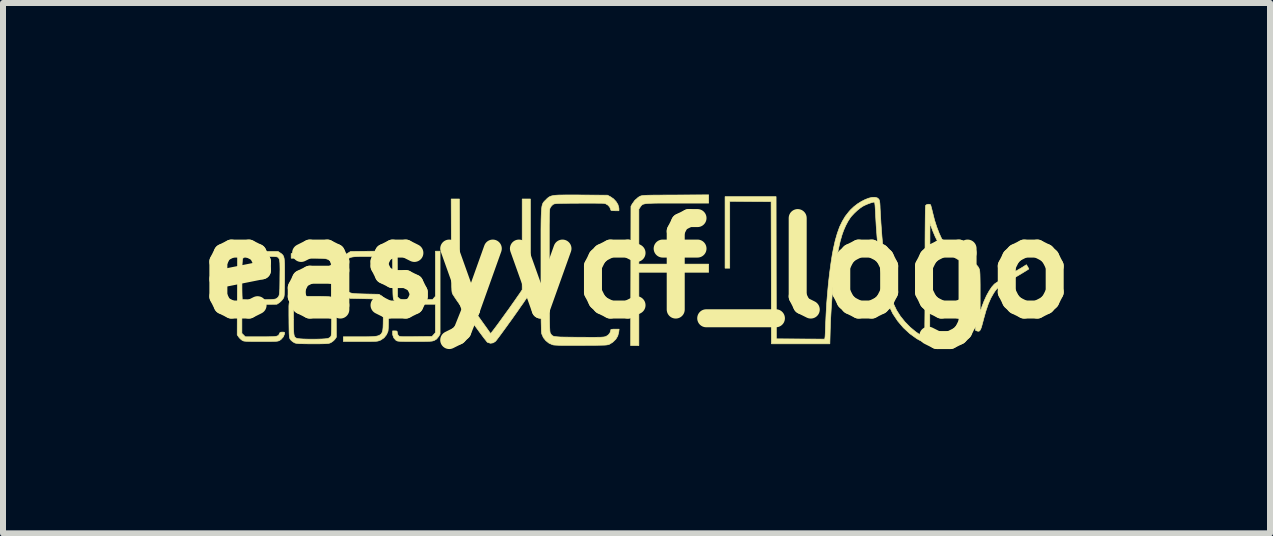
<source format=kicad_pcb>
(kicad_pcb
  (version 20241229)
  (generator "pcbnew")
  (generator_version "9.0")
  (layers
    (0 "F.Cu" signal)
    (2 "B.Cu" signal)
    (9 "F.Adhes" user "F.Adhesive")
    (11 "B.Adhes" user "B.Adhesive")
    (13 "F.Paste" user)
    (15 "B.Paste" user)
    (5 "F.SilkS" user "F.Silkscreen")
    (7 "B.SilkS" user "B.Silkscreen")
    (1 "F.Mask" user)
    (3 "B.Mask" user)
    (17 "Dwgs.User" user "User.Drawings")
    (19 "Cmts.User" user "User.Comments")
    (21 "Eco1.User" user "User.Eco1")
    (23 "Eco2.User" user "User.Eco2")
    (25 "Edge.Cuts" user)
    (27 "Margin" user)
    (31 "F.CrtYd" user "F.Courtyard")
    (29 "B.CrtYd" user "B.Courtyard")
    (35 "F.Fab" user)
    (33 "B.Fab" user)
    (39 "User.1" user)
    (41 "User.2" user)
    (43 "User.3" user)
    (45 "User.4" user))
  (footprint "easyvcf_logo"
    (layer "F.Cu")
    (at 7.555 1.418)
    (property "Reference" "easyvcf_logo" (at 0 0 0) (layer "F.SilkS") (effects (font (size 1.524 1.524) (thickness 0.3))))
    (attr through_hole)
    (fp_poly (pts (xy 1.202 -1.084) (xy 0.677 -1.084) (xy 0.557 -1.084) (xy 0.455 -1.084) (xy 0.37 -1.084) (xy 0.299 -1.083) (xy 0.242 -1.081) (xy 0.196 -1.079) (xy 0.16 -1.076) (xy 0.133 -1.071) (xy 0.112 -1.066) (xy 0.097 -1.058) (xy 0.085 -1.049) (xy 0.076 -1.038) (xy 0.067 -1.026) (xy 0.061 -1.017) (xy 0.039 -0.984) (xy 0.039 -0.068) (xy 1.202 -0.068) (xy 1.202 0.068) (xy 0.039 0.068) (xy 0.039 1.29) (xy -0.098 1.29) (xy -0.095 0.129) (xy -0.093 -1.031) (xy -0.071 -1.071) (xy -0.028 -1.131) (xy 0.028 -1.18) (xy 0.052 -1.195) (xy 0.061 -1.199) (xy 0.071 -1.203) (xy 0.082 -1.206) (xy 0.096 -1.209) (xy 0.116 -1.211) (xy 0.143 -1.213) (xy 0.178 -1.215) (xy 0.223 -1.216) (xy 0.279 -1.217) (xy 0.349 -1.217) (xy 0.433 -1.218) (xy 0.534 -1.219) (xy 0.647 -1.219) (xy 1.202 -1.222) (xy 1.202 -1.084)) (stroke (width 0.01) (type solid)) (fill yes) (layer "F.SilkS"))
    (fp_poly (pts (xy -3.981 0.478) (xy -3.959 0.5) (xy -3.952 0.507) (xy -3.944 0.512) (xy -3.933 0.516) (xy -3.916 0.519) (xy -3.892 0.521) (xy -3.857 0.522) (xy -3.81 0.522) (xy -3.748 0.523) (xy -3.669 0.523) (xy -3.398 0.523) (xy -3.351 0.468) (xy -3.351 -0.283) (xy -3.273 -0.283) (xy -3.273 1.097) (xy -3.297 1.139) (xy -3.332 1.181) (xy -3.364 1.201) (xy -3.377 1.207) (xy -3.39 1.211) (xy -3.407 1.215) (xy -3.43 1.217) (xy -3.46 1.219) (xy -3.501 1.22) (xy -3.554 1.221) (xy -3.622 1.221) (xy -3.695 1.221) (xy -3.777 1.221) (xy -3.843 1.221) (xy -3.893 1.22) (xy -3.931 1.219) (xy -3.959 1.217) (xy -3.978 1.215) (xy -3.991 1.211) (xy -4.001 1.207) (xy -4.009 1.201) (xy -4.009 1.201) (xy -4.044 1.162) (xy -4.062 1.113) (xy -4.064 1.085) (xy -4.064 1.045) (xy -4.025 1.045) (xy -4 1.046) (xy -3.989 1.053) (xy -3.986 1.068) (xy -3.986 1.075) (xy -3.979 1.104) (xy -3.966 1.124) (xy -3.959 1.13) (xy -3.951 1.134) (xy -3.939 1.138) (xy -3.921 1.14) (xy -3.894 1.142) (xy -3.856 1.142) (xy -3.806 1.142) (xy -3.739 1.142) (xy -3.677 1.141) (xy -3.408 1.138) (xy -3.379 1.106) (xy -3.351 1.074) (xy -3.351 0.838) (xy -3.351 0.601) (xy -3.658 0.601) (xy -3.744 0.601) (xy -3.812 0.601) (xy -3.865 0.6) (xy -3.905 0.599) (xy -3.935 0.597) (xy -3.956 0.595) (xy -3.97 0.592) (xy -3.981 0.588) (xy -3.989 0.582) (xy -3.992 0.581) (xy -4.018 0.557) (xy -4.039 0.534) (xy -4.044 0.526) (xy -4.048 0.518) (xy -4.051 0.506) (xy -4.054 0.489) (xy -4.056 0.465) (xy -4.058 0.432) (xy -4.059 0.389) (xy -4.06 0.332) (xy -4.061 0.262) (xy -4.061 0.174) (xy -4.062 0.112) (xy -4.065 -0.283) (xy -3.987 -0.283) (xy -3.981 0.478)) (stroke (width 0.01) (type solid)) (fill yes) (layer "F.SilkS"))
    (fp_poly (pts (xy -2.948 -0.393) (xy -2.945 0.366) (xy -2.692 0.723) (xy -2.64 0.797) (xy -2.591 0.866) (xy -2.546 0.929) (xy -2.507 0.983) (xy -2.475 1.028) (xy -2.451 1.062) (xy -2.436 1.082) (xy -2.432 1.088) (xy -2.425 1.082) (xy -2.408 1.061) (xy -2.383 1.029) (xy -2.35 0.985) (xy -2.311 0.933) (xy -2.268 0.874) (xy -2.221 0.809) (xy -2.172 0.741) (xy -2.121 0.671) (xy -2.072 0.601) (xy -2.024 0.533) (xy -1.979 0.468) (xy -1.95 0.427) (xy -1.905 0.36) (xy -1.905 -1.153) (xy -1.768 -1.153) (xy -1.768 -0.381) (xy -1.768 -0.24) (xy -1.768 -0.117) (xy -1.768 -0.011) (xy -1.769 0.079) (xy -1.769 0.156) (xy -1.77 0.219) (xy -1.77 0.271) (xy -1.771 0.312) (xy -1.773 0.345) (xy -1.774 0.37) (xy -1.776 0.389) (xy -1.778 0.403) (xy -1.781 0.414) (xy -1.784 0.422) (xy -1.788 0.43) (xy -1.788 0.431) (xy -1.8 0.45) (xy -1.821 0.483) (xy -1.851 0.526) (xy -1.887 0.58) (xy -1.93 0.64) (xy -1.976 0.707) (xy -2.025 0.776) (xy -2.075 0.847) (xy -2.126 0.917) (xy -2.174 0.984) (xy -2.22 1.047) (xy -2.261 1.103) (xy -2.296 1.15) (xy -2.324 1.187) (xy -2.343 1.211) (xy -2.35 1.219) (xy -2.389 1.244) (xy -2.433 1.251) (xy -2.478 1.238) (xy -2.483 1.236) (xy -2.493 1.226) (xy -2.512 1.201) (xy -2.541 1.165) (xy -2.576 1.118) (xy -2.617 1.063) (xy -2.662 1.001) (xy -2.711 0.934) (xy -2.761 0.865) (xy -2.812 0.794) (xy -2.862 0.725) (xy -2.909 0.658) (xy -2.952 0.596) (xy -2.991 0.541) (xy -3.023 0.494) (xy -3.047 0.457) (xy -3.062 0.433) (xy -3.064 0.43) (xy -3.067 0.423) (xy -3.07 0.414) (xy -3.073 0.403) (xy -3.075 0.388) (xy -3.077 0.367) (xy -3.078 0.339) (xy -3.08 0.303) (xy -3.081 0.257) (xy -3.082 0.201) (xy -3.082 0.133) (xy -3.083 0.052) (xy -3.084 -0.045) (xy -3.084 -0.157) (xy -3.085 -0.287) (xy -3.085 -0.379) (xy -3.088 -1.153) (xy -2.951 -1.153) (xy -2.948 -0.393)) (stroke (width 0.01) (type solid)) (fill yes) (layer "F.SilkS"))
    (fp_poly (pts (xy -4.171 -0.195) (xy -4.45 -0.195) (xy -4.539 -0.195) (xy -4.61 -0.195) (xy -4.666 -0.193) (xy -4.709 -0.19) (xy -4.742 -0.185) (xy -4.766 -0.179) (xy -4.785 -0.17) (xy -4.799 -0.158) (xy -4.811 -0.143) (xy -4.817 -0.135) (xy -4.825 -0.124) (xy -4.831 -0.111) (xy -4.835 -0.096) (xy -4.838 -0.074) (xy -4.84 -0.044) (xy -4.842 -0.001) (xy -4.843 0.057) (xy -4.844 0.101) (xy -4.845 0.17) (xy -4.845 0.222) (xy -4.844 0.261) (xy -4.842 0.289) (xy -4.839 0.31) (xy -4.835 0.326) (xy -4.828 0.342) (xy -4.826 0.347) (xy -4.814 0.37) (xy -4.803 0.388) (xy -4.788 0.401) (xy -4.769 0.411) (xy -4.742 0.418) (xy -4.705 0.423) (xy -4.656 0.426) (xy -4.591 0.428) (xy -4.522 0.43) (xy -4.292 0.435) (xy -4.244 0.464) (xy -4.198 0.502) (xy -4.167 0.542) (xy -4.137 0.589) (xy -4.134 0.801) (xy -4.133 0.88) (xy -4.134 0.947) (xy -4.136 1) (xy -4.139 1.037) (xy -4.141 1.052) (xy -4.166 1.109) (xy -4.206 1.159) (xy -4.256 1.194) (xy -4.262 1.197) (xy -4.277 1.204) (xy -4.292 1.209) (xy -4.308 1.214) (xy -4.328 1.217) (xy -4.355 1.219) (xy -4.391 1.22) (xy -4.439 1.221) (xy -4.501 1.221) (xy -4.579 1.221) (xy -4.599 1.221) (xy -4.885 1.221) (xy -4.885 1.143) (xy -4.614 1.143) (xy -4.516 1.143) (xy -4.435 1.142) (xy -4.371 1.138) (xy -4.321 1.131) (xy -4.284 1.118) (xy -4.257 1.098) (xy -4.239 1.071) (xy -4.228 1.034) (xy -4.223 0.986) (xy -4.221 0.925) (xy -4.22 0.851) (xy -4.22 0.827) (xy -4.221 0.749) (xy -4.222 0.689) (xy -4.225 0.643) (xy -4.23 0.609) (xy -4.237 0.584) (xy -4.249 0.565) (xy -4.264 0.55) (xy -4.284 0.536) (xy -4.29 0.532) (xy -4.303 0.526) (xy -4.317 0.521) (xy -4.336 0.517) (xy -4.364 0.514) (xy -4.401 0.512) (xy -4.452 0.51) (xy -4.518 0.509) (xy -4.548 0.508) (xy -4.774 0.503) (xy -4.822 0.474) (xy -4.86 0.443) (xy -4.89 0.404) (xy -4.897 0.391) (xy -4.925 0.338) (xy -4.922 0.101) (xy -4.919 -0.135) (xy -4.889 -0.177) (xy -4.863 -0.208) (xy -4.829 -0.237) (xy -4.812 -0.249) (xy -4.764 -0.278) (xy -4.468 -0.282) (xy -4.171 -0.285) (xy -4.171 -0.195)) (stroke (width 0.01) (type solid)) (fill yes) (layer "F.SilkS"))
    (fp_poly (pts (xy -5.369 -0.244) (xy -5.301 -0.244) (xy -5.248 -0.243) (xy -5.208 -0.242) (xy -5.178 -0.241) (xy -5.156 -0.238) (xy -5.14 -0.235) (xy -5.126 -0.23) (xy -5.114 -0.224) (xy -5.11 -0.222) (xy -5.076 -0.2) (xy -5.044 -0.172) (xy -5.037 -0.163) (xy -5.007 -0.125) (xy -5.004 0.512) (xy -5.001 1.149) (xy -5.024 1.183) (xy -5.047 1.208) (xy -5.078 1.231) (xy -5.089 1.238) (xy -5.103 1.245) (xy -5.117 1.25) (xy -5.133 1.254) (xy -5.155 1.256) (xy -5.184 1.258) (xy -5.224 1.259) (xy -5.276 1.26) (xy -5.344 1.26) (xy -5.397 1.26) (xy -5.477 1.26) (xy -5.54 1.259) (xy -5.589 1.258) (xy -5.626 1.257) (xy -5.653 1.254) (xy -5.673 1.251) (xy -5.689 1.247) (xy -5.701 1.242) (xy -5.733 1.222) (xy -5.76 1.197) (xy -5.765 1.191) (xy -5.772 1.181) (xy -5.777 1.171) (xy -5.781 1.158) (xy -5.784 1.141) (xy -5.786 1.116) (xy -5.788 1.082) (xy -5.789 1.037) (xy -5.79 0.977) (xy -5.791 0.9) (xy -5.791 0.869) (xy -5.792 0.786) (xy -5.792 0.721) (xy -5.792 0.671) (xy -5.792 0.633) (xy -5.79 0.605) (xy -5.79 0.604) (xy -5.715 0.604) (xy -5.715 0.854) (xy -5.715 0.937) (xy -5.714 1.003) (xy -5.712 1.054) (xy -5.709 1.093) (xy -5.704 1.121) (xy -5.697 1.14) (xy -5.687 1.153) (xy -5.674 1.162) (xy -5.662 1.168) (xy -5.64 1.173) (xy -5.603 1.177) (xy -5.554 1.18) (xy -5.495 1.182) (xy -5.432 1.183) (xy -5.366 1.183) (xy -5.302 1.182) (xy -5.243 1.18) (xy -5.193 1.177) (xy -5.156 1.173) (xy -5.134 1.168) (xy -5.134 1.168) (xy -5.109 1.154) (xy -5.092 1.136) (xy -5.091 1.135) (xy -5.087 1.118) (xy -5.084 1.082) (xy -5.082 1.028) (xy -5.081 0.958) (xy -5.08 0.871) (xy -5.08 0.86) (xy -5.08 0.604) (xy -5.109 0.576) (xy -5.137 0.547) (xy -5.658 0.547) (xy -5.715 0.604) (xy -5.79 0.604) (xy -5.788 0.585) (xy -5.784 0.571) (xy -5.78 0.561) (xy -5.774 0.551) (xy -5.771 0.547) (xy -5.747 0.518) (xy -5.719 0.493) (xy -5.716 0.491) (xy -5.706 0.485) (xy -5.695 0.48) (xy -5.682 0.476) (xy -5.664 0.473) (xy -5.638 0.471) (xy -5.602 0.47) (xy -5.555 0.469) (xy -5.492 0.469) (xy -5.413 0.469) (xy -5.4 0.469) (xy -5.309 0.469) (xy -5.232 0.47) (xy -5.172 0.472) (xy -5.129 0.475) (xy -5.104 0.478) (xy -5.098 0.479) (xy -5.093 0.482) (xy -5.089 0.481) (xy -5.085 0.476) (xy -5.083 0.464) (xy -5.082 0.442) (xy -5.081 0.41) (xy -5.081 0.365) (xy -5.081 0.306) (xy -5.082 0.229) (xy -5.082 0.197) (xy -5.083 0.113) (xy -5.084 0.047) (xy -5.085 -0.004) (xy -5.086 -0.042) (xy -5.088 -0.07) (xy -5.091 -0.089) (xy -5.095 -0.102) (xy -5.099 -0.111) (xy -5.104 -0.118) (xy -5.117 -0.131) (xy -5.131 -0.141) (xy -5.149 -0.15) (xy -5.171 -0.156) (xy -5.202 -0.16) (xy -5.243 -0.163) (xy -5.296 -0.165) (xy -5.363 -0.166) (xy -5.447 -0.166) (xy -5.47 -0.166) (xy -5.754 -0.166) (xy -5.754 -0.244) (xy -5.453 -0.244) (xy -5.369 -0.244)) (stroke (width 0.01) (type solid)) (fill yes) (layer "F.SilkS"))
    (fp_poly (pts (xy -5.933 -0.252) (xy -5.914 -0.239) (xy -5.899 -0.225) (xy -5.887 -0.209) (xy -5.878 -0.189) (xy -5.871 -0.161) (xy -5.867 -0.125) (xy -5.864 -0.078) (xy -5.863 -0.018) (xy -5.863 0.057) (xy -5.863 0.149) (xy -5.863 0.166) (xy -5.864 0.252) (xy -5.865 0.32) (xy -5.866 0.374) (xy -5.868 0.414) (xy -5.869 0.444) (xy -5.872 0.466) (xy -5.875 0.482) (xy -5.88 0.494) (xy -5.886 0.504) (xy -5.89 0.511) (xy -5.913 0.54) (xy -5.943 0.568) (xy -5.952 0.575) (xy -5.992 0.601) (xy -6.283 0.604) (xy -6.575 0.607) (xy -6.575 1.086) (xy -6.546 1.114) (xy -6.518 1.143) (xy -6.26 1.143) (xy -6.177 1.143) (xy -6.111 1.142) (xy -6.061 1.141) (xy -6.023 1.138) (xy -5.996 1.133) (xy -5.977 1.126) (xy -5.965 1.117) (xy -5.956 1.105) (xy -5.949 1.089) (xy -5.949 1.088) (xy -5.94 1.073) (xy -5.923 1.066) (xy -5.9 1.065) (xy -5.874 1.066) (xy -5.864 1.071) (xy -5.863 1.084) (xy -5.865 1.097) (xy -5.885 1.145) (xy -5.922 1.186) (xy -5.94 1.199) (xy -5.949 1.206) (xy -5.96 1.21) (xy -5.973 1.214) (xy -5.991 1.217) (xy -6.017 1.219) (xy -6.053 1.22) (xy -6.101 1.221) (xy -6.163 1.221) (xy -6.242 1.221) (xy -6.257 1.221) (xy -6.339 1.221) (xy -6.404 1.221) (xy -6.454 1.22) (xy -6.492 1.219) (xy -6.519 1.217) (xy -6.539 1.215) (xy -6.553 1.211) (xy -6.564 1.206) (xy -6.573 1.2) (xy -6.575 1.199) (xy -6.604 1.175) (xy -6.629 1.146) (xy -6.631 1.143) (xy -6.653 1.11) (xy -6.651 0.465) (xy -6.649 0.193) (xy -6.575 0.193) (xy -6.574 0.271) (xy -6.574 0.342) (xy -6.573 0.404) (xy -6.572 0.456) (xy -6.57 0.494) (xy -6.569 0.516) (xy -6.568 0.522) (xy -6.556 0.523) (xy -6.528 0.525) (xy -6.486 0.526) (xy -6.431 0.526) (xy -6.368 0.526) (xy -6.297 0.526) (xy -6.292 0.526) (xy -6.21 0.525) (xy -6.146 0.523) (xy -6.097 0.522) (xy -6.061 0.52) (xy -6.035 0.517) (xy -6.017 0.514) (xy -6.006 0.51) (xy -6 0.506) (xy -5.984 0.495) (xy -5.972 0.484) (xy -5.962 0.47) (xy -5.955 0.452) (xy -5.95 0.427) (xy -5.947 0.393) (xy -5.944 0.347) (xy -5.943 0.287) (xy -5.942 0.211) (xy -5.942 0.176) (xy -5.941 0.087) (xy -5.94 0.016) (xy -5.941 -0.04) (xy -5.942 -0.083) (xy -5.945 -0.115) (xy -5.949 -0.138) (xy -5.954 -0.155) (xy -5.962 -0.167) (xy -5.97 -0.176) (xy -5.976 -0.182) (xy -5.985 -0.187) (xy -5.999 -0.19) (xy -6.019 -0.192) (xy -6.049 -0.194) (xy -6.09 -0.195) (xy -6.145 -0.195) (xy -6.216 -0.195) (xy -6.252 -0.195) (xy -6.322 -0.195) (xy -6.386 -0.195) (xy -6.442 -0.194) (xy -6.487 -0.192) (xy -6.517 -0.191) (xy -6.53 -0.189) (xy -6.542 -0.184) (xy -6.551 -0.175) (xy -6.559 -0.162) (xy -6.564 -0.142) (xy -6.568 -0.113) (xy -6.571 -0.074) (xy -6.573 -0.023) (xy -6.574 0.043) (xy -6.575 0.125) (xy -6.575 0.193) (xy -6.649 0.193) (xy -6.648 -0.181) (xy -6.625 -0.213) (xy -6.612 -0.231) (xy -6.599 -0.245) (xy -6.583 -0.256) (xy -6.564 -0.264) (xy -6.538 -0.27) (xy -6.503 -0.274) (xy -6.457 -0.277) (xy -6.397 -0.278) (xy -6.322 -0.278) (xy -6.256 -0.278) (xy -5.972 -0.278) (xy -5.933 -0.252)) (stroke (width 0.01) (type solid)) (fill yes) (layer "F.SilkS"))
    (fp_poly (pts (xy -1.083 -1.22) (xy -0.98 -1.22) (xy -0.917 -1.219) (xy -0.484 -1.216) (xy -0.434 -1.19) (xy -0.383 -1.155) (xy -0.341 -1.11) (xy -0.31 -1.06) (xy -0.295 -1.008) (xy -0.293 -0.989) (xy -0.293 -0.957) (xy -0.36 -0.957) (xy -0.396 -0.958) (xy -0.416 -0.96) (xy -0.427 -0.966) (xy -0.431 -0.978) (xy -0.433 -0.985) (xy -0.449 -1.021) (xy -0.479 -1.052) (xy -0.517 -1.074) (xy -0.54 -1.079) (xy -0.559 -1.081) (xy -0.595 -1.082) (xy -0.645 -1.082) (xy -0.709 -1.083) (xy -0.782 -1.083) (xy -0.863 -1.083) (xy -0.949 -1.083) (xy -0.974 -1.082) (xy -1.072 -1.082) (xy -1.152 -1.081) (xy -1.217 -1.08) (xy -1.268 -1.079) (xy -1.307 -1.078) (xy -1.336 -1.076) (xy -1.356 -1.073) (xy -1.371 -1.071) (xy -1.381 -1.067) (xy -1.389 -1.062) (xy -1.394 -1.059) (xy -1.418 -1.036) (xy -1.438 -1.007) (xy -1.439 -1.006) (xy -1.441 -0.999) (xy -1.444 -0.991) (xy -1.446 -0.98) (xy -1.448 -0.965) (xy -1.449 -0.944) (xy -1.451 -0.917) (xy -1.452 -0.882) (xy -1.453 -0.839) (xy -1.453 -0.786) (xy -1.454 -0.722) (xy -1.454 -0.646) (xy -1.454 -0.556) (xy -1.454 -0.452) (xy -1.454 -0.333) (xy -1.454 -0.197) (xy -1.453 -0.043) (xy -1.453 0.044) (xy -1.453 0.208) (xy -1.452 0.353) (xy -1.452 0.481) (xy -1.452 0.593) (xy -1.451 0.689) (xy -1.45 0.772) (xy -1.45 0.842) (xy -1.449 0.901) (xy -1.448 0.949) (xy -1.447 0.987) (xy -1.445 1.017) (xy -1.444 1.041) (xy -1.442 1.058) (xy -1.44 1.07) (xy -1.438 1.079) (xy -1.435 1.085) (xy -1.433 1.087) (xy -1.424 1.101) (xy -1.415 1.113) (xy -1.404 1.123) (xy -1.39 1.131) (xy -1.371 1.137) (xy -1.345 1.141) (xy -1.311 1.144) (xy -1.265 1.147) (xy -1.207 1.148) (xy -1.135 1.149) (xy -1.047 1.15) (xy -0.955 1.151) (xy -0.855 1.151) (xy -0.772 1.152) (xy -0.704 1.152) (xy -0.651 1.151) (xy -0.609 1.151) (xy -0.577 1.149) (xy -0.553 1.147) (xy -0.536 1.145) (xy -0.522 1.141) (xy -0.51 1.137) (xy -0.505 1.135) (xy -0.469 1.111) (xy -0.443 1.078) (xy -0.43 1.041) (xy -0.43 1.032) (xy -0.427 1.023) (xy -0.414 1.019) (xy -0.389 1.016) (xy -0.36 1.016) (xy -0.29 1.016) (xy -0.296 1.066) (xy -0.313 1.13) (xy -0.346 1.185) (xy -0.397 1.234) (xy -0.449 1.266) (xy -0.459 1.271) (xy -0.47 1.274) (xy -0.485 1.277) (xy -0.505 1.28) (xy -0.533 1.282) (xy -0.57 1.283) (xy -0.619 1.284) (xy -0.68 1.285) (xy -0.755 1.286) (xy -0.848 1.286) (xy -0.918 1.287) (xy -1.031 1.287) (xy -1.126 1.287) (xy -1.204 1.287) (xy -1.267 1.286) (xy -1.316 1.284) (xy -1.354 1.282) (xy -1.38 1.28) (xy -1.398 1.276) (xy -1.399 1.276) (xy -1.458 1.25) (xy -1.51 1.209) (xy -1.552 1.157) (xy -1.578 1.098) (xy -1.582 1.083) (xy -1.584 1.065) (xy -1.586 1.028) (xy -1.587 0.972) (xy -1.589 0.899) (xy -1.59 0.806) (xy -1.591 0.695) (xy -1.591 0.565) (xy -1.592 0.416) (xy -1.592 0.248) (xy -1.592 0.06) (xy -1.592 0.026) (xy -1.592 -0.143) (xy -1.592 -0.292) (xy -1.592 -0.425) (xy -1.592 -0.542) (xy -1.592 -0.643) (xy -1.591 -0.731) (xy -1.59 -0.806) (xy -1.588 -0.87) (xy -1.586 -0.923) (xy -1.583 -0.967) (xy -1.58 -1.002) (xy -1.576 -1.031) (xy -1.57 -1.054) (xy -1.564 -1.072) (xy -1.557 -1.087) (xy -1.549 -1.099) (xy -1.539 -1.11) (xy -1.529 -1.121) (xy -1.517 -1.133) (xy -1.511 -1.138) (xy -1.493 -1.157) (xy -1.476 -1.172) (xy -1.458 -1.185) (xy -1.438 -1.196) (xy -1.414 -1.204) (xy -1.385 -1.21) (xy -1.347 -1.215) (xy -1.3 -1.218) (xy -1.241 -1.219) (xy -1.17 -1.22) (xy -1.083 -1.22)) (stroke (width 0.01) (type solid)) (fill yes) (layer "F.SilkS"))
    (fp_poly (pts (xy 2.327 -0.007) (xy 2.33 1.177) (xy 3.135 1.182) (xy 3.14 1.15) (xy 3.142 1.131) (xy 3.144 1.095) (xy 3.146 1.048) (xy 3.148 0.992) (xy 3.15 0.933) (xy 3.158 0.763) (xy 3.168 0.589) (xy 3.182 0.415) (xy 3.198 0.243) (xy 3.217 0.078) (xy 3.238 -0.078) (xy 3.26 -0.22) (xy 3.279 -0.321) (xy 3.31 -0.46) (xy 3.345 -0.581) (xy 3.383 -0.687) (xy 3.428 -0.78) (xy 3.478 -0.864) (xy 3.536 -0.938) (xy 3.565 -0.971) (xy 3.622 -1.025) (xy 3.683 -1.072) (xy 3.747 -1.112) (xy 3.81 -1.144) (xy 3.87 -1.167) (xy 3.926 -1.18) (xy 3.973 -1.181) (xy 4.011 -1.171) (xy 4.029 -1.157) (xy 4.039 -1.146) (xy 4.045 -1.132) (xy 4.05 -1.112) (xy 4.054 -1.082) (xy 4.057 -1.039) (xy 4.058 -1.004) (xy 4.072 -0.755) (xy 4.089 -0.526) (xy 4.108 -0.315) (xy 4.129 -0.123) (xy 4.154 0.052) (xy 4.18 0.209) (xy 4.21 0.35) (xy 4.242 0.474) (xy 4.278 0.581) (xy 4.285 0.6) (xy 4.332 0.7) (xy 4.395 0.799) (xy 4.472 0.895) (xy 4.558 0.983) (xy 4.651 1.06) (xy 4.699 1.093) (xy 4.736 1.117) (xy 4.768 1.136) (xy 4.79 1.149) (xy 4.799 1.153) (xy 4.8 1.143) (xy 4.801 1.115) (xy 4.802 1.07) (xy 4.803 1.01) (xy 4.803 0.934) (xy 4.804 0.846) (xy 4.805 0.745) (xy 4.805 0.633) (xy 4.806 0.512) (xy 4.806 0.382) (xy 4.806 0.245) (xy 4.806 0.103) (xy 4.806 0.063) (xy 4.807 -0.134) (xy 4.807 -0.311) (xy 4.807 -0.469) (xy 4.808 -0.608) (xy 4.809 -0.727) (xy 4.81 -0.827) (xy 4.811 -0.909) (xy 4.812 -0.971) (xy 4.814 -1.015) (xy 4.815 -1.04) (xy 4.817 -1.046) (xy 4.832 -1.058) (xy 4.857 -1.065) (xy 4.882 -1.064) (xy 4.899 -1.056) (xy 4.9 -1.055) (xy 4.904 -1.041) (xy 4.912 -1.013) (xy 4.922 -0.974) (xy 4.933 -0.928) (xy 4.934 -0.925) (xy 4.965 -0.802) (xy 5.002 -0.686) (xy 5.042 -0.582) (xy 5.078 -0.503) (xy 5.104 -0.457) (xy 5.129 -0.417) (xy 5.158 -0.381) (xy 5.193 -0.348) (xy 5.235 -0.315) (xy 5.287 -0.28) (xy 5.353 -0.241) (xy 5.425 -0.2) (xy 5.499 -0.159) (xy 5.558 -0.124) (xy 5.604 -0.096) (xy 5.639 -0.073) (xy 5.665 -0.052) (xy 5.683 -0.034) (xy 5.696 -0.015) (xy 5.706 0.004) (xy 5.711 0.016) (xy 5.715 0.03) (xy 5.718 0.049) (xy 5.72 0.073) (xy 5.722 0.106) (xy 5.723 0.149) (xy 5.724 0.205) (xy 5.725 0.276) (xy 5.725 0.364) (xy 5.725 0.386) (xy 5.725 0.728) (xy 5.753 0.645) (xy 5.791 0.546) (xy 5.832 0.456) (xy 5.876 0.377) (xy 5.92 0.312) (xy 5.96 0.267) (xy 5.978 0.253) (xy 6.011 0.232) (xy 6.054 0.205) (xy 6.105 0.173) (xy 6.162 0.14) (xy 6.19 0.124) (xy 6.25 0.09) (xy 6.307 0.057) (xy 6.359 0.026) (xy 6.402 0.001) (xy 6.433 -0.018) (xy 6.441 -0.023) (xy 6.496 -0.058) (xy 6.516 -0.025) (xy 6.528 -0.003) (xy 6.535 0.011) (xy 6.536 0.013) (xy 6.528 0.019) (xy 6.505 0.034) (xy 6.471 0.055) (xy 6.427 0.082) (xy 6.377 0.112) (xy 6.323 0.144) (xy 6.267 0.176) (xy 6.213 0.207) (xy 6.162 0.235) (xy 6.155 0.239) (xy 6.1 0.27) (xy 6.058 0.296) (xy 6.027 0.321) (xy 6 0.348) (xy 5.974 0.381) (xy 5.949 0.418) (xy 5.904 0.497) (xy 5.861 0.595) (xy 5.821 0.712) (xy 5.783 0.848) (xy 5.779 0.864) (xy 5.761 0.931) (xy 5.747 0.981) (xy 5.734 1.016) (xy 5.721 1.038) (xy 5.708 1.049) (xy 5.693 1.051) (xy 5.675 1.047) (xy 5.672 1.046) (xy 5.647 1.036) (xy 5.647 0.557) (xy 5.647 0.444) (xy 5.646 0.349) (xy 5.646 0.27) (xy 5.645 0.206) (xy 5.644 0.155) (xy 5.642 0.116) (xy 5.64 0.086) (xy 5.638 0.065) (xy 5.635 0.051) (xy 5.633 0.044) (xy 5.626 0.031) (xy 5.617 0.018) (xy 5.603 0.005) (xy 5.582 -0.011) (xy 5.553 -0.031) (xy 5.514 -0.055) (xy 5.462 -0.085) (xy 5.397 -0.122) (xy 5.339 -0.155) (xy 5.273 -0.193) (xy 5.221 -0.224) (xy 5.181 -0.251) (xy 5.149 -0.274) (xy 5.123 -0.297) (xy 5.108 -0.312) (xy 5.064 -0.367) (xy 5.02 -0.438) (xy 4.977 -0.523) (xy 4.936 -0.62) (xy 4.923 -0.655) (xy 4.889 -0.747) (xy 4.887 0.219) (xy 4.885 1.186) (xy 4.863 1.208) (xy 4.838 1.227) (xy 4.808 1.233) (xy 4.771 1.226) (xy 4.724 1.205) (xy 4.67 1.175) (xy 4.553 1.091) (xy 4.446 0.992) (xy 4.352 0.881) (xy 4.271 0.76) (xy 4.208 0.631) (xy 4.194 0.597) (xy 4.165 0.51) (xy 4.138 0.404) (xy 4.111 0.283) (xy 4.087 0.146) (xy 4.064 -0.003) (xy 4.042 -0.165) (xy 4.024 -0.337) (xy 4.007 -0.518) (xy 3.993 -0.706) (xy 3.982 -0.899) (xy 3.98 -0.945) (xy 3.977 -0.997) (xy 3.974 -1.042) (xy 3.97 -1.076) (xy 3.966 -1.096) (xy 3.965 -1.1) (xy 3.95 -1.1) (xy 3.922 -1.094) (xy 3.886 -1.082) (xy 3.846 -1.067) (xy 3.807 -1.05) (xy 3.773 -1.033) (xy 3.772 -1.033) (xy 3.728 -1.003) (xy 3.678 -0.963) (xy 3.628 -0.916) (xy 3.583 -0.868) (xy 3.561 -0.84) (xy 3.523 -0.781) (xy 3.485 -0.709) (xy 3.45 -0.629) (xy 3.421 -0.547) (xy 3.421 -0.546) (xy 3.392 -0.444) (xy 3.365 -0.324) (xy 3.339 -0.189) (xy 3.315 -0.04) (xy 3.294 0.121) (xy 3.275 0.292) (xy 3.258 0.471) (xy 3.245 0.655) (xy 3.234 0.844) (xy 3.227 1.033) (xy 3.221 1.26) (xy 2.247 1.26) (xy 2.245 0.076) (xy 2.242 -1.109) (xy 1.898 -1.111) (xy 1.553 -1.114) (xy 1.553 0) (xy 1.475 0) (xy 1.475 -1.192) (xy 2.325 -1.192) (xy 2.327 -0.007)) (stroke (width 0.01) (type solid)) (fill yes) (layer "F.SilkS")))
  (gr_rect
    (start -3 -3)
    (end 18.109 5.836)
    (stroke (width 0.1) (type default))
    (fill no)
    (layer "Edge.Cuts")))
</source>
